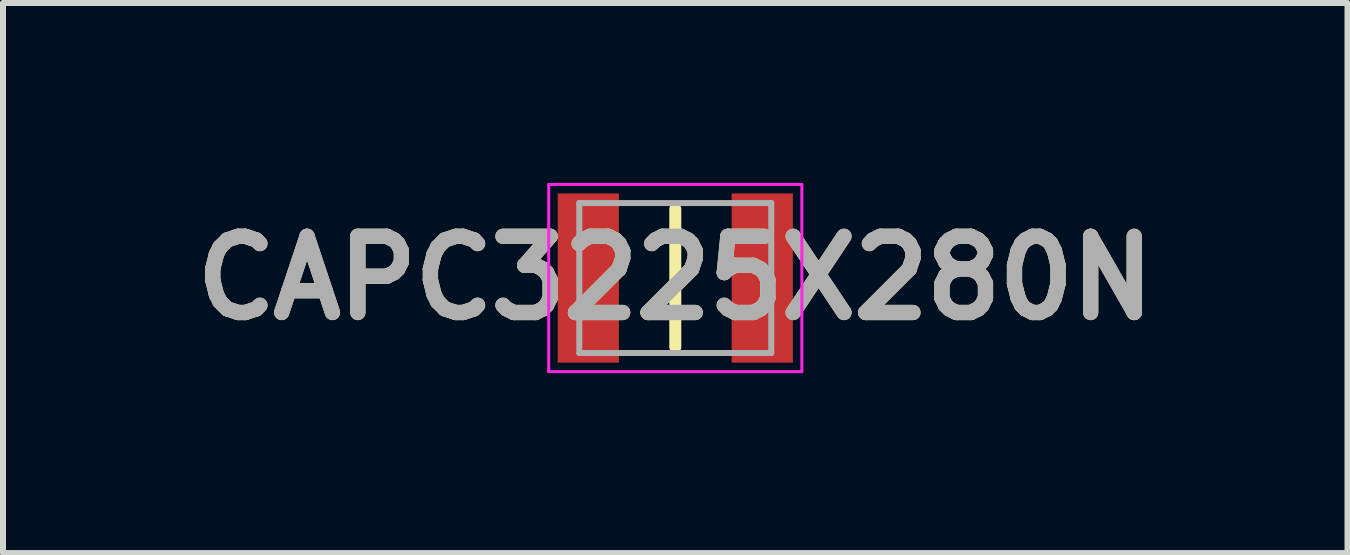
<source format=kicad_pcb>
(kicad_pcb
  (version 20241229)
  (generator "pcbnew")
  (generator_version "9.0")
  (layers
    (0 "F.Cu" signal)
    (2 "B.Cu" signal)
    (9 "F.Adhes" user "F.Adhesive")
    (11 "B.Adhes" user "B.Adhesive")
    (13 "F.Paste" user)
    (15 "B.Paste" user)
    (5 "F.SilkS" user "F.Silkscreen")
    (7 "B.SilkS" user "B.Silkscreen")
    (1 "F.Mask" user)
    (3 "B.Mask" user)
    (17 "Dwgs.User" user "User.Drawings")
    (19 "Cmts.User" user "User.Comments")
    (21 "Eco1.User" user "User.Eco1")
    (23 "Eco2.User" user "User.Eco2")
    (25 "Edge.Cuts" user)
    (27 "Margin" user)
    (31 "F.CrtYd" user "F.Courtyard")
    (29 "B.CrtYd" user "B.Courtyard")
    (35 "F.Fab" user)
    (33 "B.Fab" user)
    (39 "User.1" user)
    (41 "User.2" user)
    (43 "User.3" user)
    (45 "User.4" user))
  (footprint "CAPC3225X280N"
    (layer "F.Cu")
    (at 8.207 1.585)
    (property "Reference" "CAPC3225X280N" (at 0 0 0) (layer "F.SilkS") (effects (font (size 1.27 1.27) (thickness 0.254))))
    (attr smd)
    (fp_line (start 0 -1.15) (end 0 1.15) (stroke (width 0.2) (type solid)) (layer "F.SilkS"))
    (fp_line (start -2.11 -1.56) (end 2.11 -1.56) (stroke (width 0.05) (type solid)) (layer "F.CrtYd"))
    (fp_line (start -2.11 1.56) (end -2.11 -1.56) (stroke (width 0.05) (type solid)) (layer "F.CrtYd"))
    (fp_line (start 2.11 -1.56) (end 2.11 1.56) (stroke (width 0.05) (type solid)) (layer "F.CrtYd"))
    (fp_line (start 2.11 1.56) (end -2.11 1.56) (stroke (width 0.05) (type solid)) (layer "F.CrtYd"))
    (fp_line (start -1.6 -1.25) (end 1.6 -1.25) (stroke (width 0.1) (type solid)) (layer "F.Fab"))
    (fp_line (start -1.6 1.25) (end -1.6 -1.25) (stroke (width 0.1) (type solid)) (layer "F.Fab"))
    (fp_line (start 1.6 -1.25) (end 1.6 1.25) (stroke (width 0.1) (type solid)) (layer "F.Fab"))
    (fp_line (start 1.6 1.25) (end -1.6 1.25) (stroke (width 0.1) (type solid)) (layer "F.Fab"))
    (fp_text user "${REFERENCE}" (at 0 0 0) (layer "F.Fab") (effects (font (size 1.27 1.27) (thickness 0.254))))
    (pad "1" smd rect (at -1.45 0) (size 1.02 2.82) (layers "F.Cu" "F.Mask" "F.Paste"))
    (pad "2" smd rect (at 1.45 0) (size 1.02 2.82) (layers "F.Cu" "F.Mask" "F.Paste")))
  (gr_rect
    (start -3 -3)
    (end 19.413 6.17)
    (stroke (width 0.1) (type default))
    (fill no)
    (layer "Edge.Cuts")))
</source>
